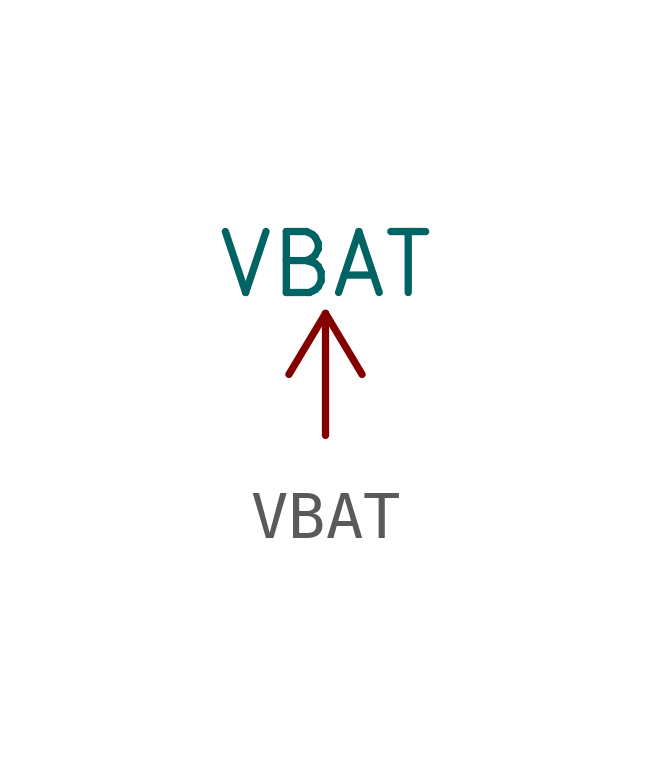
<source format=kicad_sym>
(kicad_symbol_lib
  (version 20220914)
  (generator kicad_symbol_editor)
  (symbol "VBAT"
    (power)
    (pin_names
      (offset 0))
    (property "Reference" "#PWR"
      (at 0 -3.81 0)
      (effects (font (size 1.27 1.27)) hide))
    (property "Value" "VBAT"
      (at 0 3.556 0)
      (effects (font (size 1.27 1.27))))
    (symbol "VBAT_0_1"
      (polyline (pts (xy -0.762 1.27) (xy 0 2.54)) (stroke (width 0) (type default)) (fill (type none)))
      (polyline (pts (xy 0 0) (xy 0 2.54)) (stroke (width 0) (type default)) (fill (type none)))
      (polyline (pts (xy 0 2.54) (xy 0.762 1.27)) (stroke (width 0) (type default)) (fill (type none))))
    (symbol "VBAT_1_1"
      (pin power_in line (at 0 0 90) (length 0) hide (name "+BATT" (effects (font (size 1.27 1.27)))) (number "1" (effects (font (size 1.27 1.27))))))))
</source>
